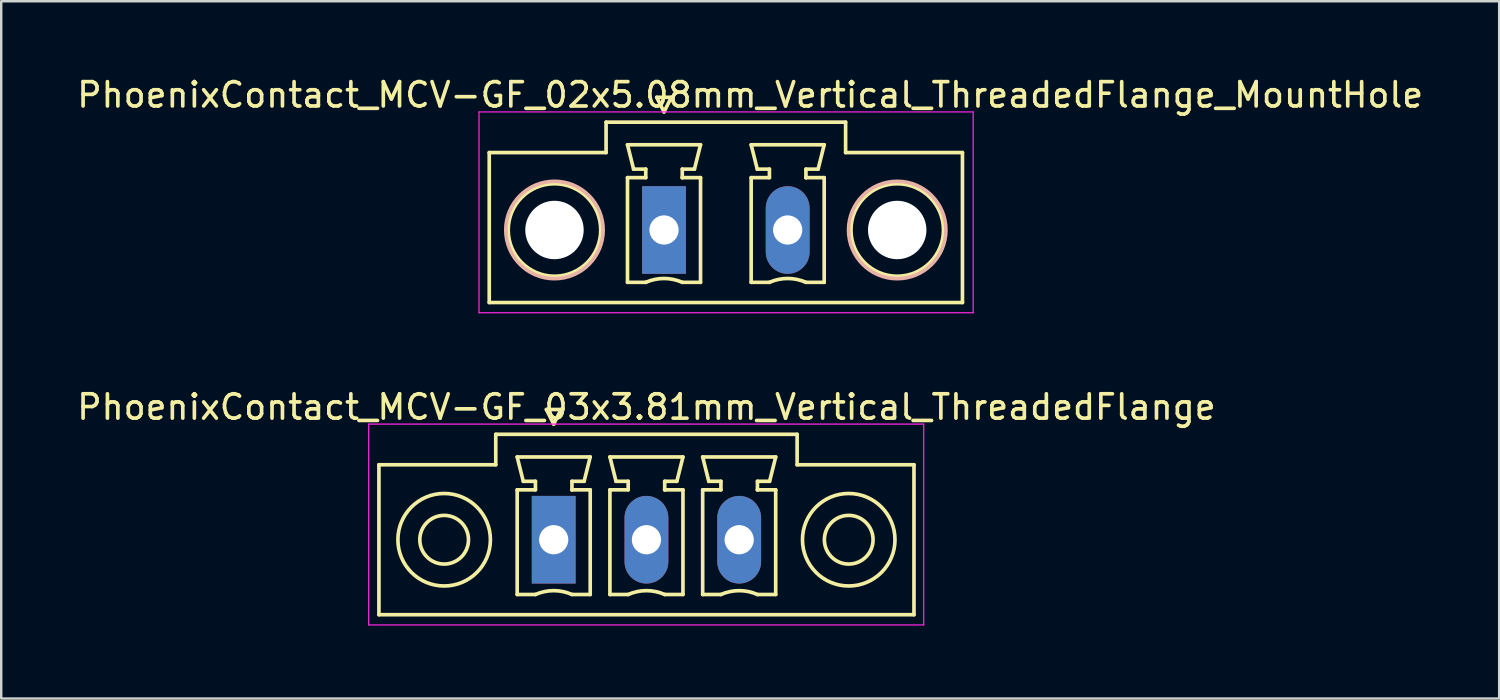
<source format=kicad_pcb>
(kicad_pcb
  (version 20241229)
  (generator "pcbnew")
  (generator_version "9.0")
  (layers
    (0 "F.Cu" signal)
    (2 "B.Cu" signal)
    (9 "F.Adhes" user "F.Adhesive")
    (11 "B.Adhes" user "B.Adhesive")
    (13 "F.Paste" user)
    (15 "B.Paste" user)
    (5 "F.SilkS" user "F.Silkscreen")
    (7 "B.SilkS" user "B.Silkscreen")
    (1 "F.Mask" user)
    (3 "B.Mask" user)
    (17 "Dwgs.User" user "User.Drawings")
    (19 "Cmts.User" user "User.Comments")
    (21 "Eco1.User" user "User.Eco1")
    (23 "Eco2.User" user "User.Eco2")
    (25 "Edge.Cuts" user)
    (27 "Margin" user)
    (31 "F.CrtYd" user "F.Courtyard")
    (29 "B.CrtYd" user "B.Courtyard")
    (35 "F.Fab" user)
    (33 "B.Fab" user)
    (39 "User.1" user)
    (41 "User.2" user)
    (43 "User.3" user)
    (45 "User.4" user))
  (footprint "PhoenixContact_MCV-GF_02x5.08mm_Vertical_ThreadedFlange_MountHole"
    (layer "F.Cu")
    (at 24.228 6.398)
    (property "Reference" "PhoenixContact_MCV-GF_02x5.08mm_Vertical_ThreadedFlange_MountHole" (at 3.54 -5.55 0) (layer "F.SilkS") (effects (font (size 1 1) (thickness 0.15))))
    (attr through_hole)
    (fp_line (start -7.18 -3.18) (end -7.18 2.98) (stroke (width 0.15) (type solid)) (layer "F.SilkS"))
    (fp_line (start -7.18 2.98) (end 12.26 2.98) (stroke (width 0.15) (type solid)) (layer "F.SilkS"))
    (fp_line (start -2.38 -4.43) (end -2.38 -3.18) (stroke (width 0.15) (type solid)) (layer "F.SilkS"))
    (fp_line (start -2.38 -3.18) (end -7.18 -3.18) (stroke (width 0.15) (type solid)) (layer "F.SilkS"))
    (fp_line (start -1.5 -3.5) (end 1.5 -3.5) (stroke (width 0.15) (type solid)) (layer "F.SilkS"))
    (fp_line (start -1.5 -2.15) (end -0.75 -2.15) (stroke (width 0.15) (type solid)) (layer "F.SilkS"))
    (fp_line (start -1.5 2.15) (end -1.5 -2.15) (stroke (width 0.15) (type solid)) (layer "F.SilkS"))
    (fp_line (start -1.25 -2.5) (end -1.5 -3.5) (stroke (width 0.15) (type solid)) (layer "F.SilkS"))
    (fp_line (start -0.75 -2.5) (end -1.25 -2.5) (stroke (width 0.15) (type solid)) (layer "F.SilkS"))
    (fp_line (start -0.75 -2.15) (end -0.75 -2.5) (stroke (width 0.15) (type solid)) (layer "F.SilkS"))
    (fp_line (start -0.75 2.15) (end -1.5 2.15) (stroke (width 0.15) (type solid)) (layer "F.SilkS"))
    (fp_line (start -0.3 -5.45) (end 0 -4.85) (stroke (width 0.15) (type solid)) (layer "F.SilkS"))
    (fp_line (start 0 -4.85) (end 0.3 -5.45) (stroke (width 0.15) (type solid)) (layer "F.SilkS"))
    (fp_line (start 0.3 -5.45) (end -0.3 -5.45) (stroke (width 0.15) (type solid)) (layer "F.SilkS"))
    (fp_line (start 0.75 -2.5) (end 0.75 -2.15) (stroke (width 0.15) (type solid)) (layer "F.SilkS"))
    (fp_line (start 0.75 -2.15) (end 0.75 -2.15) (stroke (width 0.15) (type solid)) (layer "F.SilkS"))
    (fp_line (start 0.75 -2.15) (end 1.5 -2.15) (stroke (width 0.15) (type solid)) (layer "F.SilkS"))
    (fp_line (start 1.25 -2.5) (end 0.75 -2.5) (stroke (width 0.15) (type solid)) (layer "F.SilkS"))
    (fp_line (start 1.5 -3.5) (end 1.25 -2.5) (stroke (width 0.15) (type solid)) (layer "F.SilkS"))
    (fp_line (start 1.5 -2.15) (end 1.5 2.15) (stroke (width 0.15) (type solid)) (layer "F.SilkS"))
    (fp_line (start 1.5 2.15) (end 0.75 2.15) (stroke (width 0.15) (type solid)) (layer "F.SilkS"))
    (fp_line (start 3.58 -3.5) (end 6.58 -3.5) (stroke (width 0.15) (type solid)) (layer "F.SilkS"))
    (fp_line (start 3.58 -2.15) (end 4.33 -2.15) (stroke (width 0.15) (type solid)) (layer "F.SilkS"))
    (fp_line (start 3.58 2.15) (end 3.58 -2.15) (stroke (width 0.15) (type solid)) (layer "F.SilkS"))
    (fp_line (start 3.83 -2.5) (end 3.58 -3.5) (stroke (width 0.15) (type solid)) (layer "F.SilkS"))
    (fp_line (start 4.33 -2.5) (end 3.83 -2.5) (stroke (width 0.15) (type solid)) (layer "F.SilkS"))
    (fp_line (start 4.33 -2.15) (end 4.33 -2.5) (stroke (width 0.15) (type solid)) (layer "F.SilkS"))
    (fp_line (start 4.33 2.15) (end 3.58 2.15) (stroke (width 0.15) (type solid)) (layer "F.SilkS"))
    (fp_line (start 5.83 -2.5) (end 5.83 -2.15) (stroke (width 0.15) (type solid)) (layer "F.SilkS"))
    (fp_line (start 5.83 -2.15) (end 5.83 -2.15) (stroke (width 0.15) (type solid)) (layer "F.SilkS"))
    (fp_line (start 5.83 -2.15) (end 6.58 -2.15) (stroke (width 0.15) (type solid)) (layer "F.SilkS"))
    (fp_line (start 6.33 -2.5) (end 5.83 -2.5) (stroke (width 0.15) (type solid)) (layer "F.SilkS"))
    (fp_line (start 6.58 -3.5) (end 6.33 -2.5) (stroke (width 0.15) (type solid)) (layer "F.SilkS"))
    (fp_line (start 6.58 -2.15) (end 6.58 2.15) (stroke (width 0.15) (type solid)) (layer "F.SilkS"))
    (fp_line (start 6.58 2.15) (end 5.83 2.15) (stroke (width 0.15) (type solid)) (layer "F.SilkS"))
    (fp_line (start 7.46 -4.43) (end -2.38 -4.43) (stroke (width 0.15) (type solid)) (layer "F.SilkS"))
    (fp_line (start 7.46 -3.18) (end 7.46 -4.43) (stroke (width 0.15) (type solid)) (layer "F.SilkS"))
    (fp_line (start 12.26 -3.18) (end 7.46 -3.18) (stroke (width 0.15) (type solid)) (layer "F.SilkS"))
    (fp_line (start 12.26 2.98) (end 12.26 -3.18) (stroke (width 0.15) (type solid)) (layer "F.SilkS"))
    (fp_arc (start -0.75 2.15) (mid -0.000193 1.99191) (end 0.749647 2.149844) (stroke (width 0.15) (type solid)) (layer "F.SilkS"))
    (fp_arc (start 4.33 2.15) (mid 5.079807 1.99191) (end 5.829647 2.149844) (stroke (width 0.15) (type solid)) (layer "F.SilkS"))
    (fp_circle (center -4.5 0) (end -2.6 0) (stroke (width 0.15) (type solid)) (fill no) (layer "F.SilkS"))
    (fp_circle (center 9.58 0) (end 11.48 0) (stroke (width 0.15) (type solid)) (fill no) (layer "F.SilkS"))
    (fp_circle (center -4.5 0) (end -2.5 0) (stroke (width 0.15) (type solid)) (fill no) (layer "B.SilkS"))
    (fp_circle (center 9.58 0) (end 11.58 0) (stroke (width 0.15) (type solid)) (fill no) (layer "B.SilkS"))
    (fp_line (start -7.6 -4.85) (end -7.6 3.4) (stroke (width 0.05) (type solid)) (layer "F.CrtYd"))
    (fp_line (start -7.6 3.4) (end 12.7 3.4) (stroke (width 0.05) (type solid)) (layer "F.CrtYd"))
    (fp_line (start 12.7 -4.85) (end -7.6 -4.85) (stroke (width 0.05) (type solid)) (layer "F.CrtYd"))
    (fp_line (start 12.7 3.4) (end 12.7 -4.85) (stroke (width 0.05) (type solid)) (layer "F.CrtYd"))
    (pad "" np_thru_hole circle (at -4.5 0) (size 2.4 2.4) (drill 2.4) (layers "*.Cu" "*.Mask"))
    (pad "" np_thru_hole circle (at 9.58 0) (size 2.4 2.4) (drill 2.4) (layers "*.Cu" "*.Mask"))
    (pad "1" thru_hole rect (at 0 0) (size 1.8 3.6) (drill 1.2) (layers "*.Cu" "*.Mask"))
    (pad "2" thru_hole oval (at 5.08 0) (size 1.8 3.6) (drill 1.2) (layers "*.Cu" "*.Mask")))
  (footprint "PhoenixContact_MCV-GF_03x3.81mm_Vertical_ThreadedFlange"
    (layer "F.Cu")
    (at 19.696 19.122)
    (property "Reference" "PhoenixContact_MCV-GF_03x3.81mm_Vertical_ThreadedFlange" (at 3.81 -5.45 0) (layer "F.SilkS") (effects (font (size 1 1) (thickness 0.15))))
    (attr through_hole)
    (fp_line (start -7.18 -3.08) (end -7.18 3.08) (stroke (width 0.15) (type solid)) (layer "F.SilkS"))
    (fp_line (start -7.18 3.08) (end 14.8 3.08) (stroke (width 0.15) (type solid)) (layer "F.SilkS"))
    (fp_line (start -2.38 -4.33) (end -2.38 -3.08) (stroke (width 0.15) (type solid)) (layer "F.SilkS"))
    (fp_line (start -2.38 -3.08) (end -7.18 -3.08) (stroke (width 0.15) (type solid)) (layer "F.SilkS"))
    (fp_line (start -1.5 -3.4) (end 1.5 -3.4) (stroke (width 0.15) (type solid)) (layer "F.SilkS"))
    (fp_line (start -1.5 -2.05) (end -0.75 -2.05) (stroke (width 0.15) (type solid)) (layer "F.SilkS"))
    (fp_line (start -1.5 2.25) (end -1.5 -2.05) (stroke (width 0.15) (type solid)) (layer "F.SilkS"))
    (fp_line (start -1.25 -2.4) (end -1.5 -3.4) (stroke (width 0.15) (type solid)) (layer "F.SilkS"))
    (fp_line (start -0.75 -2.4) (end -1.25 -2.4) (stroke (width 0.15) (type solid)) (layer "F.SilkS"))
    (fp_line (start -0.75 -2.05) (end -0.75 -2.4) (stroke (width 0.15) (type solid)) (layer "F.SilkS"))
    (fp_line (start -0.75 2.25) (end -1.5 2.25) (stroke (width 0.15) (type solid)) (layer "F.SilkS"))
    (fp_line (start -0.3 -5.35) (end 0 -4.75) (stroke (width 0.15) (type solid)) (layer "F.SilkS"))
    (fp_line (start 0 -4.75) (end 0.3 -5.35) (stroke (width 0.15) (type solid)) (layer "F.SilkS"))
    (fp_line (start 0.3 -5.35) (end -0.3 -5.35) (stroke (width 0.15) (type solid)) (layer "F.SilkS"))
    (fp_line (start 0.75 -2.4) (end 0.75 -2.05) (stroke (width 0.15) (type solid)) (layer "F.SilkS"))
    (fp_line (start 0.75 -2.05) (end 0.75 -2.05) (stroke (width 0.15) (type solid)) (layer "F.SilkS"))
    (fp_line (start 0.75 -2.05) (end 1.5 -2.05) (stroke (width 0.15) (type solid)) (layer "F.SilkS"))
    (fp_line (start 1.25 -2.4) (end 0.75 -2.4) (stroke (width 0.15) (type solid)) (layer "F.SilkS"))
    (fp_line (start 1.5 -3.4) (end 1.25 -2.4) (stroke (width 0.15) (type solid)) (layer "F.SilkS"))
    (fp_line (start 1.5 -2.05) (end 1.5 2.25) (stroke (width 0.15) (type solid)) (layer "F.SilkS"))
    (fp_line (start 1.5 2.25) (end 0.75 2.25) (stroke (width 0.15) (type solid)) (layer "F.SilkS"))
    (fp_line (start 2.31 -3.4) (end 5.31 -3.4) (stroke (width 0.15) (type solid)) (layer "F.SilkS"))
    (fp_line (start 2.31 -2.05) (end 3.06 -2.05) (stroke (width 0.15) (type solid)) (layer "F.SilkS"))
    (fp_line (start 2.31 2.25) (end 2.31 -2.05) (stroke (width 0.15) (type solid)) (layer "F.SilkS"))
    (fp_line (start 2.56 -2.4) (end 2.31 -3.4) (stroke (width 0.15) (type solid)) (layer "F.SilkS"))
    (fp_line (start 3.06 -2.4) (end 2.56 -2.4) (stroke (width 0.15) (type solid)) (layer "F.SilkS"))
    (fp_line (start 3.06 -2.05) (end 3.06 -2.4) (stroke (width 0.15) (type solid)) (layer "F.SilkS"))
    (fp_line (start 3.06 2.25) (end 2.31 2.25) (stroke (width 0.15) (type solid)) (layer "F.SilkS"))
    (fp_line (start 4.56 -2.4) (end 4.56 -2.05) (stroke (width 0.15) (type solid)) (layer "F.SilkS"))
    (fp_line (start 4.56 -2.05) (end 4.56 -2.05) (stroke (width 0.15) (type solid)) (layer "F.SilkS"))
    (fp_line (start 4.56 -2.05) (end 5.31 -2.05) (stroke (width 0.15) (type solid)) (layer "F.SilkS"))
    (fp_line (start 5.06 -2.4) (end 4.56 -2.4) (stroke (width 0.15) (type solid)) (layer "F.SilkS"))
    (fp_line (start 5.31 -3.4) (end 5.06 -2.4) (stroke (width 0.15) (type solid)) (layer "F.SilkS"))
    (fp_line (start 5.31 -2.05) (end 5.31 2.25) (stroke (width 0.15) (type solid)) (layer "F.SilkS"))
    (fp_line (start 5.31 2.25) (end 4.56 2.25) (stroke (width 0.15) (type solid)) (layer "F.SilkS"))
    (fp_line (start 6.12 -3.4) (end 9.12 -3.4) (stroke (width 0.15) (type solid)) (layer "F.SilkS"))
    (fp_line (start 6.12 -2.05) (end 6.87 -2.05) (stroke (width 0.15) (type solid)) (layer "F.SilkS"))
    (fp_line (start 6.12 2.25) (end 6.12 -2.05) (stroke (width 0.15) (type solid)) (layer "F.SilkS"))
    (fp_line (start 6.37 -2.4) (end 6.12 -3.4) (stroke (width 0.15) (type solid)) (layer "F.SilkS"))
    (fp_line (start 6.87 -2.4) (end 6.37 -2.4) (stroke (width 0.15) (type solid)) (layer "F.SilkS"))
    (fp_line (start 6.87 -2.05) (end 6.87 -2.4) (stroke (width 0.15) (type solid)) (layer "F.SilkS"))
    (fp_line (start 6.87 2.25) (end 6.12 2.25) (stroke (width 0.15) (type solid)) (layer "F.SilkS"))
    (fp_line (start 8.37 -2.4) (end 8.37 -2.05) (stroke (width 0.15) (type solid)) (layer "F.SilkS"))
    (fp_line (start 8.37 -2.05) (end 8.37 -2.05) (stroke (width 0.15) (type solid)) (layer "F.SilkS"))
    (fp_line (start 8.37 -2.05) (end 9.12 -2.05) (stroke (width 0.15) (type solid)) (layer "F.SilkS"))
    (fp_line (start 8.87 -2.4) (end 8.37 -2.4) (stroke (width 0.15) (type solid)) (layer "F.SilkS"))
    (fp_line (start 9.12 -3.4) (end 8.87 -2.4) (stroke (width 0.15) (type solid)) (layer "F.SilkS"))
    (fp_line (start 9.12 -2.05) (end 9.12 2.25) (stroke (width 0.15) (type solid)) (layer "F.SilkS"))
    (fp_line (start 9.12 2.25) (end 8.37 2.25) (stroke (width 0.15) (type solid)) (layer "F.SilkS"))
    (fp_line (start 10 -4.33) (end -2.38 -4.33) (stroke (width 0.15) (type solid)) (layer "F.SilkS"))
    (fp_line (start 10 -3.08) (end 10 -4.33) (stroke (width 0.15) (type solid)) (layer "F.SilkS"))
    (fp_line (start 14.8 -3.08) (end 10 -3.08) (stroke (width 0.15) (type solid)) (layer "F.SilkS"))
    (fp_line (start 14.8 3.08) (end 14.8 -3.08) (stroke (width 0.15) (type solid)) (layer "F.SilkS"))
    (fp_arc (start -0.75 2.25) (mid -0.000193 2.09191) (end 0.749647 2.249844) (stroke (width 0.15) (type solid)) (layer "F.SilkS"))
    (fp_arc (start 3.06 2.25) (mid 3.809807 2.09191) (end 4.559647 2.249844) (stroke (width 0.15) (type solid)) (layer "F.SilkS"))
    (fp_arc (start 6.87 2.25) (mid 7.619807 2.09191) (end 8.369647 2.249844) (stroke (width 0.15) (type solid)) (layer "F.SilkS"))
    (fp_circle (center -4.5 0) (end -3.5 0) (stroke (width 0.15) (type solid)) (fill no) (layer "F.SilkS"))
    (fp_circle (center -4.5 0) (end -2.6 0) (stroke (width 0.15) (type solid)) (fill no) (layer "F.SilkS"))
    (fp_circle (center 12.12 0) (end 13.12 0) (stroke (width 0.15) (type solid)) (fill no) (layer "F.SilkS"))
    (fp_circle (center 12.12 0) (end 14.02 0) (stroke (width 0.15) (type solid)) (fill no) (layer "F.SilkS"))
    (fp_line (start -7.6 -4.75) (end -7.6 3.5) (stroke (width 0.05) (type solid)) (layer "F.CrtYd"))
    (fp_line (start -7.6 3.5) (end 15.2 3.5) (stroke (width 0.05) (type solid)) (layer "F.CrtYd"))
    (fp_line (start 15.2 -4.75) (end -7.6 -4.75) (stroke (width 0.05) (type solid)) (layer "F.CrtYd"))
    (fp_line (start 15.2 3.5) (end 15.2 -4.75) (stroke (width 0.05) (type solid)) (layer "F.CrtYd"))
    (pad "1" thru_hole rect (at 0 0) (size 1.8 3.6) (drill 1.2) (layers "*.Cu" "*.Mask"))
    (pad "2" thru_hole oval (at 3.81 0) (size 1.8 3.6) (drill 1.2) (layers "*.Cu" "*.Mask"))
    (pad "3" thru_hole oval (at 7.62 0) (size 1.8 3.6) (drill 1.2) (layers "*.Cu" "*.Mask")))
  (gr_rect
    (start -3 -3)
    (end 58.536 25.646)
    (stroke (width 0.1) (type default))
    (fill no)
    (layer "Edge.Cuts")))
</source>
